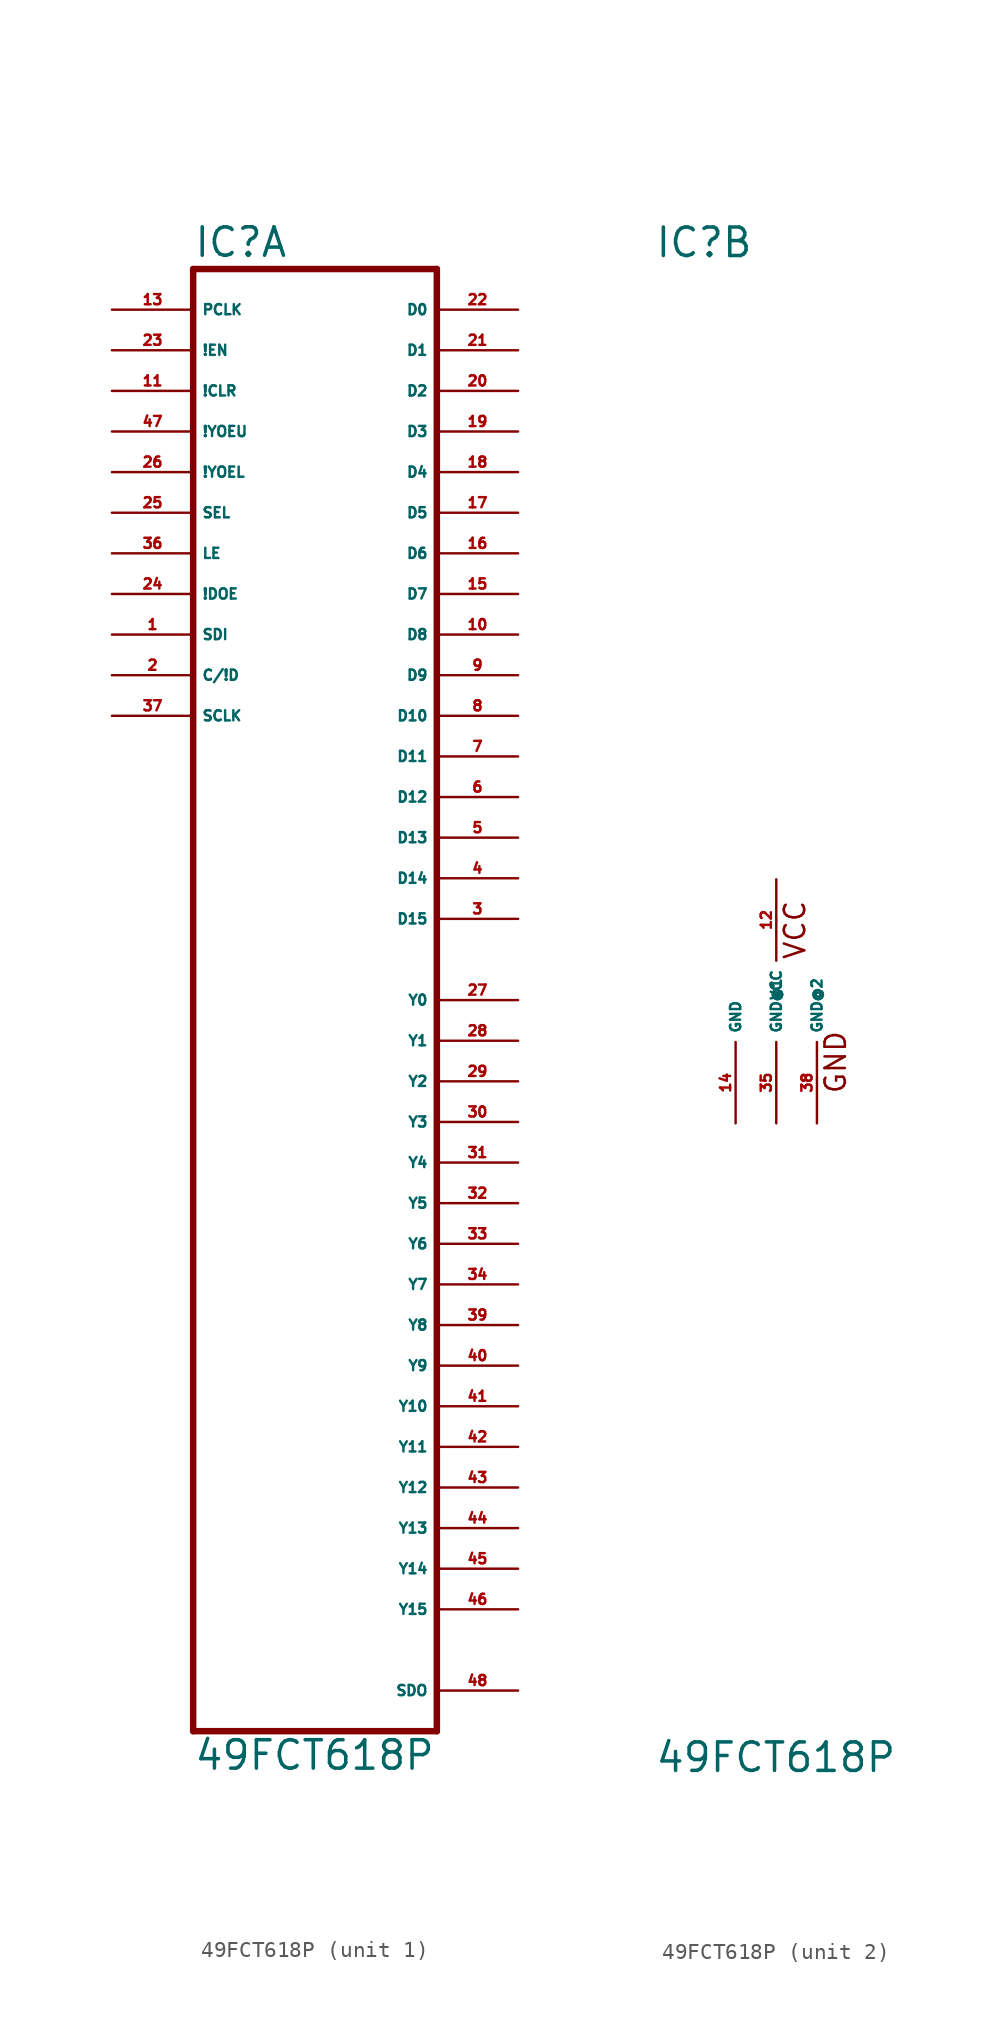
<source format=kicad_sym>
(kicad_symbol_lib
  (version 20220914)
  (generator Eagle2Kicad)
  (symbol "49FCT618P"
    (property "Reference" "IC"
      (at -7.62 46.355 0)
      (effects (font (size 1.778 1.778) (thickness 0.22)) (justify left bottom)))
    (property "Value" "49FCT618P"
      (at -7.62 -48.26 0)
      (effects (font (size 1.778 1.778) (thickness 0.22)) (justify left bottom)))
    (symbol "49FCT618P_1_0"
      (polyline (pts (xy -7.62 -45.72) (xy 7.62 -45.72)) (stroke (width 0.406) (type default)) (fill (type none)))
      (polyline (pts (xy 7.62 -45.72) (xy 7.62 45.72)) (stroke (width 0.406) (type default)) (fill (type none)))
      (polyline (pts (xy 7.62 45.72) (xy -7.62 45.72)) (stroke (width 0.406) (type default)) (fill (type none)))
      (polyline (pts (xy -7.62 45.72) (xy -7.62 -45.72)) (stroke (width 0.406) (type default)) (fill (type none)))
      (pin bidirectional line (at 12.7 43.18 180) (length 5.08) (name "D0" (effects (font (size 0.635 0.635) (thickness 0.08)) (justify left bottom))) (number "22" (effects (font (size 0.635 0.635) (thickness 0.08)) (justify left bottom))))
      (pin bidirectional line (at 12.7 40.64 180) (length 5.08) (name "D1" (effects (font (size 0.635 0.635) (thickness 0.08)) (justify left bottom))) (number "21" (effects (font (size 0.635 0.635) (thickness 0.08)) (justify left bottom))))
      (pin bidirectional line (at 12.7 38.1 180) (length 5.08) (name "D2" (effects (font (size 0.635 0.635) (thickness 0.08)) (justify left bottom))) (number "20" (effects (font (size 0.635 0.635) (thickness 0.08)) (justify left bottom))))
      (pin bidirectional line (at 12.7 35.56 180) (length 5.08) (name "D3" (effects (font (size 0.635 0.635) (thickness 0.08)) (justify left bottom))) (number "19" (effects (font (size 0.635 0.635) (thickness 0.08)) (justify left bottom))))
      (pin bidirectional line (at 12.7 33.02 180) (length 5.08) (name "D4" (effects (font (size 0.635 0.635) (thickness 0.08)) (justify left bottom))) (number "18" (effects (font (size 0.635 0.635) (thickness 0.08)) (justify left bottom))))
      (pin bidirectional line (at 12.7 30.48 180) (length 5.08) (name "D5" (effects (font (size 0.635 0.635) (thickness 0.08)) (justify left bottom))) (number "17" (effects (font (size 0.635 0.635) (thickness 0.08)) (justify left bottom))))
      (pin bidirectional line (at 12.7 27.94 180) (length 5.08) (name "D6" (effects (font (size 0.635 0.635) (thickness 0.08)) (justify left bottom))) (number "16" (effects (font (size 0.635 0.635) (thickness 0.08)) (justify left bottom))))
      (pin bidirectional line (at 12.7 25.4 180) (length 5.08) (name "D7" (effects (font (size 0.635 0.635) (thickness 0.08)) (justify left bottom))) (number "15" (effects (font (size 0.635 0.635) (thickness 0.08)) (justify left bottom))))
      (pin bidirectional line (at 12.7 22.86 180) (length 5.08) (name "D8" (effects (font (size 0.635 0.635) (thickness 0.08)) (justify left bottom))) (number "10" (effects (font (size 0.635 0.635) (thickness 0.08)) (justify left bottom))))
      (pin bidirectional line (at 12.7 20.32 180) (length 5.08) (name "D9" (effects (font (size 0.635 0.635) (thickness 0.08)) (justify left bottom))) (number "9" (effects (font (size 0.635 0.635) (thickness 0.08)) (justify left bottom))))
      (pin bidirectional line (at 12.7 17.78 180) (length 5.08) (name "D10" (effects (font (size 0.635 0.635) (thickness 0.08)) (justify left bottom))) (number "8" (effects (font (size 0.635 0.635) (thickness 0.08)) (justify left bottom))))
      (pin bidirectional line (at 12.7 15.24 180) (length 5.08) (name "D11" (effects (font (size 0.635 0.635) (thickness 0.08)) (justify left bottom))) (number "7" (effects (font (size 0.635 0.635) (thickness 0.08)) (justify left bottom))))
      (pin bidirectional line (at 12.7 12.7 180) (length 5.08) (name "D12" (effects (font (size 0.635 0.635) (thickness 0.08)) (justify left bottom))) (number "6" (effects (font (size 0.635 0.635) (thickness 0.08)) (justify left bottom))))
      (pin bidirectional line (at 12.7 10.16 180) (length 5.08) (name "D13" (effects (font (size 0.635 0.635) (thickness 0.08)) (justify left bottom))) (number "5" (effects (font (size 0.635 0.635) (thickness 0.08)) (justify left bottom))))
      (pin bidirectional line (at 12.7 7.62 180) (length 5.08) (name "D14" (effects (font (size 0.635 0.635) (thickness 0.08)) (justify left bottom))) (number "4" (effects (font (size 0.635 0.635) (thickness 0.08)) (justify left bottom))))
      (pin bidirectional line (at 12.7 5.08 180) (length 5.08) (name "D15" (effects (font (size 0.635 0.635) (thickness 0.08)) (justify left bottom))) (number "3" (effects (font (size 0.635 0.635) (thickness 0.08)) (justify left bottom))))
      (pin bidirectional line (at 12.7 0 180) (length 5.08) (name "Y0" (effects (font (size 0.635 0.635) (thickness 0.08)) (justify left bottom))) (number "27" (effects (font (size 0.635 0.635) (thickness 0.08)) (justify left bottom))))
      (pin bidirectional line (at 12.7 -2.54 180) (length 5.08) (name "Y1" (effects (font (size 0.635 0.635) (thickness 0.08)) (justify left bottom))) (number "28" (effects (font (size 0.635 0.635) (thickness 0.08)) (justify left bottom))))
      (pin bidirectional line (at 12.7 -5.08 180) (length 5.08) (name "Y2" (effects (font (size 0.635 0.635) (thickness 0.08)) (justify left bottom))) (number "29" (effects (font (size 0.635 0.635) (thickness 0.08)) (justify left bottom))))
      (pin bidirectional line (at 12.7 -7.62 180) (length 5.08) (name "Y3" (effects (font (size 0.635 0.635) (thickness 0.08)) (justify left bottom))) (number "30" (effects (font (size 0.635 0.635) (thickness 0.08)) (justify left bottom))))
      (pin bidirectional line (at 12.7 -10.16 180) (length 5.08) (name "Y4" (effects (font (size 0.635 0.635) (thickness 0.08)) (justify left bottom))) (number "31" (effects (font (size 0.635 0.635) (thickness 0.08)) (justify left bottom))))
      (pin bidirectional line (at 12.7 -12.7 180) (length 5.08) (name "Y5" (effects (font (size 0.635 0.635) (thickness 0.08)) (justify left bottom))) (number "32" (effects (font (size 0.635 0.635) (thickness 0.08)) (justify left bottom))))
      (pin bidirectional line (at 12.7 -15.24 180) (length 5.08) (name "Y6" (effects (font (size 0.635 0.635) (thickness 0.08)) (justify left bottom))) (number "33" (effects (font (size 0.635 0.635) (thickness 0.08)) (justify left bottom))))
      (pin bidirectional line (at 12.7 -17.78 180) (length 5.08) (name "Y7" (effects (font (size 0.635 0.635) (thickness 0.08)) (justify left bottom))) (number "34" (effects (font (size 0.635 0.635) (thickness 0.08)) (justify left bottom))))
      (pin bidirectional line (at 12.7 -20.32 180) (length 5.08) (name "Y8" (effects (font (size 0.635 0.635) (thickness 0.08)) (justify left bottom))) (number "39" (effects (font (size 0.635 0.635) (thickness 0.08)) (justify left bottom))))
      (pin bidirectional line (at 12.7 -22.86 180) (length 5.08) (name "Y9" (effects (font (size 0.635 0.635) (thickness 0.08)) (justify left bottom))) (number "40" (effects (font (size 0.635 0.635) (thickness 0.08)) (justify left bottom))))
      (pin bidirectional line (at 12.7 -25.4 180) (length 5.08) (name "Y10" (effects (font (size 0.635 0.635) (thickness 0.08)) (justify left bottom))) (number "41" (effects (font (size 0.635 0.635) (thickness 0.08)) (justify left bottom))))
      (pin bidirectional line (at 12.7 -27.94 180) (length 5.08) (name "Y11" (effects (font (size 0.635 0.635) (thickness 0.08)) (justify left bottom))) (number "42" (effects (font (size 0.635 0.635) (thickness 0.08)) (justify left bottom))))
      (pin bidirectional line (at 12.7 -30.48 180) (length 5.08) (name "Y12" (effects (font (size 0.635 0.635) (thickness 0.08)) (justify left bottom))) (number "43" (effects (font (size 0.635 0.635) (thickness 0.08)) (justify left bottom))))
      (pin bidirectional line (at 12.7 -33.02 180) (length 5.08) (name "Y13" (effects (font (size 0.635 0.635) (thickness 0.08)) (justify left bottom))) (number "44" (effects (font (size 0.635 0.635) (thickness 0.08)) (justify left bottom))))
      (pin bidirectional line (at 12.7 -35.56 180) (length 5.08) (name "Y14" (effects (font (size 0.635 0.635) (thickness 0.08)) (justify left bottom))) (number "45" (effects (font (size 0.635 0.635) (thickness 0.08)) (justify left bottom))))
      (pin bidirectional line (at 12.7 -38.1 180) (length 5.08) (name "Y15" (effects (font (size 0.635 0.635) (thickness 0.08)) (justify left bottom))) (number "46" (effects (font (size 0.635 0.635) (thickness 0.08)) (justify left bottom))))
      (pin output line (at 12.7 -43.18 180) (length 5.08) (name "SDO" (effects (font (size 0.635 0.635) (thickness 0.08)) (justify left bottom))) (number "48" (effects (font (size 0.635 0.635) (thickness 0.08)) (justify left bottom))))
      (pin input line (at -12.7 43.18 0) (length 5.08) (name "PCLK" (effects (font (size 0.635 0.635) (thickness 0.08)) (justify left bottom))) (number "13" (effects (font (size 0.635 0.635) (thickness 0.08)) (justify left bottom))))
      (pin input line (at -12.7 40.64 0) (length 5.08) (name "!EN" (effects (font (size 0.635 0.635) (thickness 0.08)) (justify left bottom))) (number "23" (effects (font (size 0.635 0.635) (thickness 0.08)) (justify left bottom))))
      (pin input line (at -12.7 38.1 0) (length 5.08) (name "!CLR" (effects (font (size 0.635 0.635) (thickness 0.08)) (justify left bottom))) (number "11" (effects (font (size 0.635 0.635) (thickness 0.08)) (justify left bottom))))
      (pin input line (at -12.7 35.56 0) (length 5.08) (name "!YOEU" (effects (font (size 0.635 0.635) (thickness 0.08)) (justify left bottom))) (number "47" (effects (font (size 0.635 0.635) (thickness 0.08)) (justify left bottom))))
      (pin input line (at -12.7 33.02 0) (length 5.08) (name "!YOEL" (effects (font (size 0.635 0.635) (thickness 0.08)) (justify left bottom))) (number "26" (effects (font (size 0.635 0.635) (thickness 0.08)) (justify left bottom))))
      (pin input line (at -12.7 30.48 0) (length 5.08) (name "SEL" (effects (font (size 0.635 0.635) (thickness 0.08)) (justify left bottom))) (number "25" (effects (font (size 0.635 0.635) (thickness 0.08)) (justify left bottom))))
      (pin input line (at -12.7 27.94 0) (length 5.08) (name "LE" (effects (font (size 0.635 0.635) (thickness 0.08)) (justify left bottom))) (number "36" (effects (font (size 0.635 0.635) (thickness 0.08)) (justify left bottom))))
      (pin input line (at -12.7 25.4 0) (length 5.08) (name "!DOE" (effects (font (size 0.635 0.635) (thickness 0.08)) (justify left bottom))) (number "24" (effects (font (size 0.635 0.635) (thickness 0.08)) (justify left bottom))))
      (pin input line (at -12.7 22.86 0) (length 5.08) (name "SDI" (effects (font (size 0.635 0.635) (thickness 0.08)) (justify left bottom))) (number "1" (effects (font (size 0.635 0.635) (thickness 0.08)) (justify left bottom))))
      (pin input line (at -12.7 20.32 0) (length 5.08) (name "C/!D" (effects (font (size 0.635 0.635) (thickness 0.08)) (justify left bottom))) (number "2" (effects (font (size 0.635 0.635) (thickness 0.08)) (justify left bottom))))
      (pin input line (at -12.7 17.78 0) (length 5.08) (name "SCLK" (effects (font (size 0.635 0.635) (thickness 0.08)) (justify left bottom))) (number "37" (effects (font (size 0.635 0.635) (thickness 0.08)) (justify left bottom)))))
    (symbol "49FCT618P_2_0"
      (text "GND" (at 4.445 -5.842 900) (effects (font (size 1.27 1.27) (thickness 0.16)) (justify left bottom)))
      (text "VCC" (at 1.905 2.54 900) (effects (font (size 1.27 1.27) (thickness 0.16)) (justify left bottom)))
      (pin unspecified line (at 0 7.62 270) (length 5.08) (name "VCC" (effects (font (size 0.635 0.635) (thickness 0.08)) (justify left bottom))) (number "12" (effects (font (size 0.635 0.635) (thickness 0.08)) (justify left bottom))))
      (pin unspecified line (at -2.54 -7.62 90) (length 5.08) (name "GND" (effects (font (size 0.635 0.635) (thickness 0.08)) (justify left bottom))) (number "14" (effects (font (size 0.635 0.635) (thickness 0.08)) (justify left bottom))))
      (pin unspecified line (at 0 -7.62 90) (length 5.08) (name "GND@1" (effects (font (size 0.635 0.635) (thickness 0.08)) (justify left bottom))) (number "35" (effects (font (size 0.635 0.635) (thickness 0.08)) (justify left bottom))))
      (pin unspecified line (at 2.54 -7.62 90) (length 5.08) (name "GND@2" (effects (font (size 0.635 0.635) (thickness 0.08)) (justify left bottom))) (number "38" (effects (font (size 0.635 0.635) (thickness 0.08)) (justify left bottom)))))))
</source>
